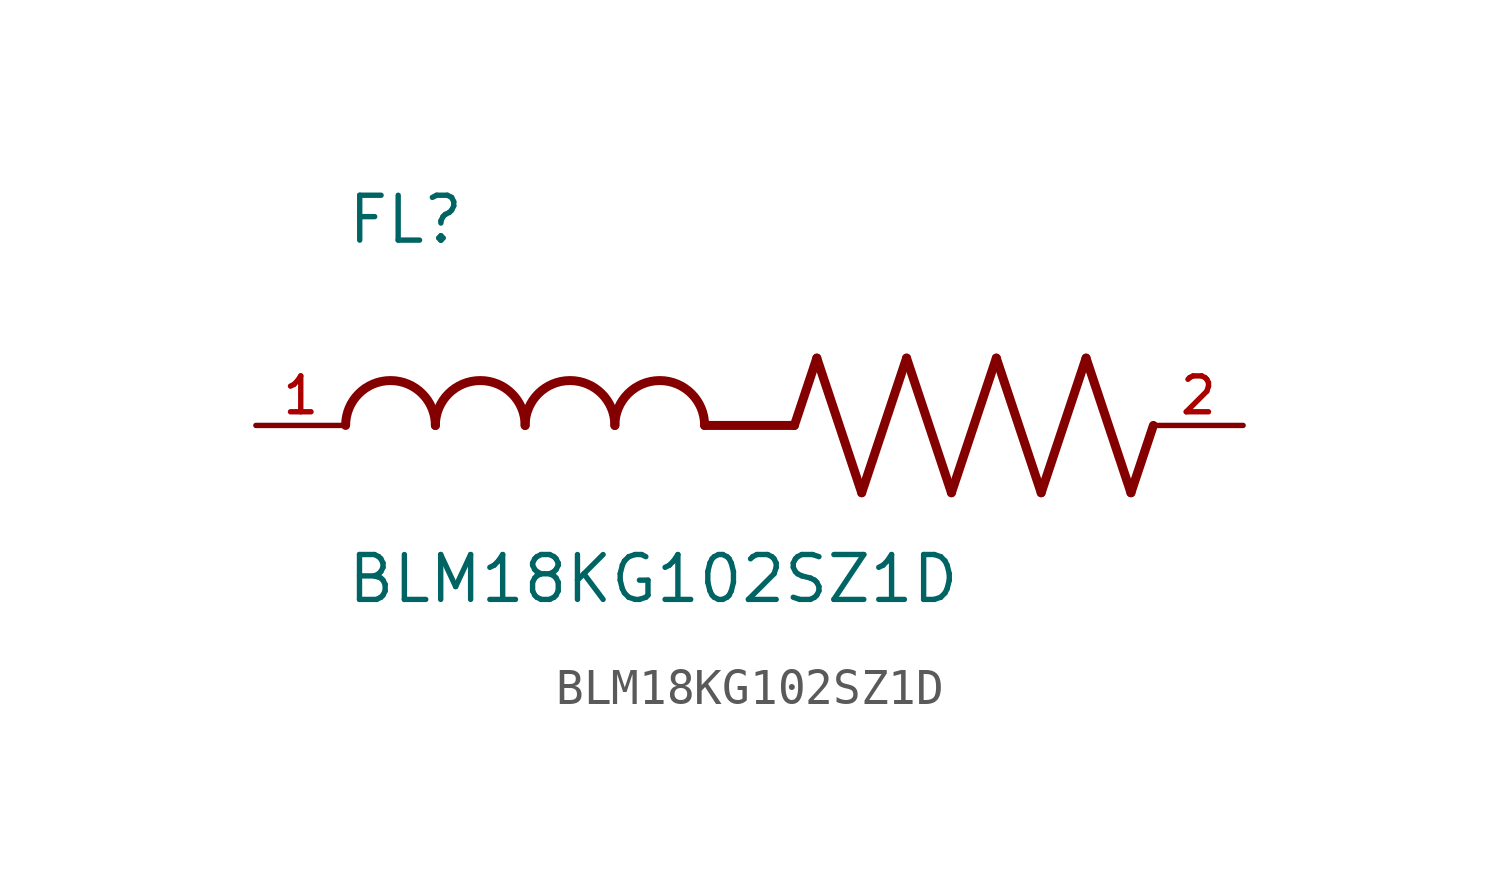
<source format=kicad_sym>
(kicad_symbol_lib
  (version 20211014)
  (generator kicad_symbol_editor)
  (symbol "BLM18KG102SZ1D"
    (pin_names
      (offset 1.016))
    (property "Reference" "FL"
      (at -12.704 5.081 0)
      (effects (font (size 1.27 1.27)) (justify bottom left)))
    (property "Value" "BLM18KG102SZ1D"
      (at -12.71 -5.087 0)
      (effects (font (size 1.27 1.27)) (justify bottom left)))
    (symbol "BLM18KG102SZ1D_0_0"
      (polyline (pts (xy 0.0 0.0) (xy 0.635 1.905)) (stroke (width 0.254)))
      (polyline (pts (xy 0.635 1.905) (xy 1.905 -1.905)) (stroke (width 0.254)))
      (polyline (pts (xy 1.905 -1.905) (xy 3.175 1.905)) (stroke (width 0.254)))
      (polyline (pts (xy 3.175 1.905) (xy 4.445 -1.905)) (stroke (width 0.254)))
      (polyline (pts (xy 4.445 -1.905) (xy 5.715 1.905)) (stroke (width 0.254)))
      (polyline (pts (xy 5.715 1.905) (xy 6.985 -1.905)) (stroke (width 0.254)))
      (polyline (pts (xy 6.985 -1.905) (xy 8.255 1.905)) (stroke (width 0.254)))
      (polyline (pts (xy 8.255 1.905) (xy 9.525 -1.905)) (stroke (width 0.254)))
      (polyline (pts (xy 9.525 -1.905) (xy 10.16 0.0)) (stroke (width 0.254)))
      (arc (start -10.16 0.0) (mid -11.43 1.27) (end -12.7 0.0) (stroke (width 0.254) (type default) (color 0 0 0 0)) (fill (type none)))
      (arc (start -7.62 0.0) (mid -8.89 1.27) (end -10.16 0.0) (stroke (width 0.254) (type default) (color 0 0 0 0)) (fill (type none)))
      (arc (start -5.08 0.0) (mid -6.35 1.27) (end -7.62 0.0) (stroke (width 0.254) (type default) (color 0 0 0 0)) (fill (type none)))
      (arc (start -2.54 0.0) (mid -3.81 1.27) (end -5.08 0.0) (stroke (width 0.254) (type default) (color 0 0 0 0)) (fill (type none)))
      (polyline (pts (xy 0.0 0.0) (xy -2.54 0.0)) (stroke (width 0.254)))
      (pin passive line (at 12.7 0.0 180.0) (length 2.54) (name "~" (effects (font (size 1.016 1.016)))) (number "2" (effects (font (size 1.016 1.016)))))
      (pin passive line (at -15.24 0.0 0) (length 2.54) (name "~" (effects (font (size 1.016 1.016)))) (number "1" (effects (font (size 1.016 1.016))))))))
</source>
